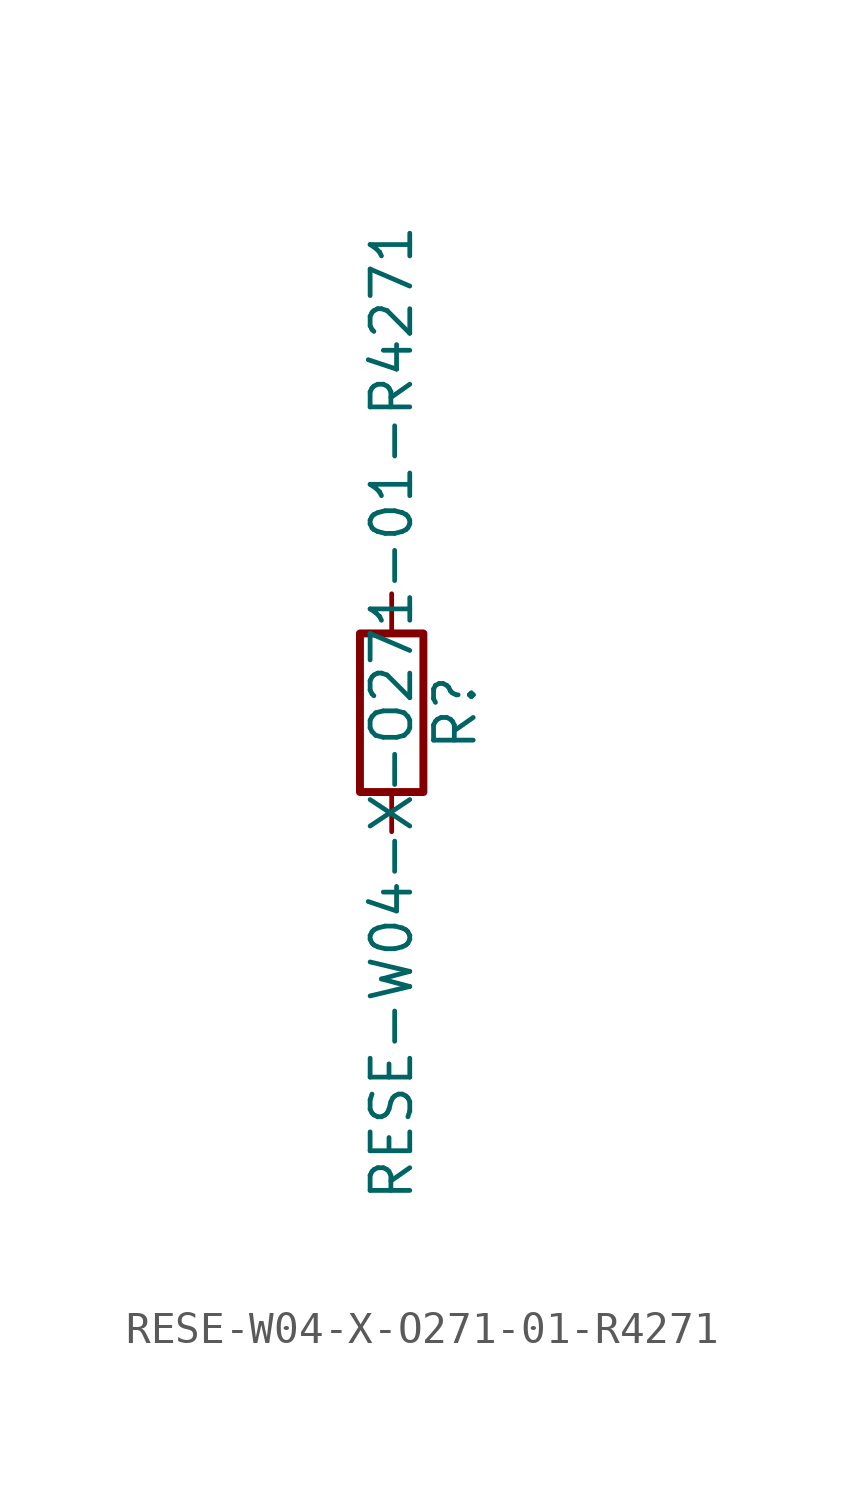
<source format=kicad_sym>
(kicad_symbol_lib
  (version 20211014)
  (generator kicad_symbol_editor)
  (symbol "RESE-W04-X-O271-01-R4271"
    (pin_numbers hide)
    (pin_names
      (offset 0))
    (property "Reference" "R"
      (at 2.032 0 90)
      (effects (font (size 1.27 1.27))))
    (property "Value" "RESE-W04-X-O271-01-R4271"
      (at 0 0 90)
      (effects (font (size 1.27 1.27))))
    (symbol "RESE-W04-X-O271-01-R4271_0_1"
      (rectangle (start -1.016 -2.54) (end 1.016 2.54) (stroke (width 0.254) (type default) (color 0 0 0 0)) (fill (type none))))
    (symbol "RESE-W04-X-O271-01-R4271_1_1"
      (pin passive line (at 0 3.81 270) (length 1.27) (name "~" (effects (font (size 1.27 1.27)))) (number "1" (effects (font (size 1.27 1.27)))))
      (pin passive line (at 0 -3.81 90) (length 1.27) (name "~" (effects (font (size 1.27 1.27)))) (number "2" (effects (font (size 1.27 1.27))))))))
</source>
